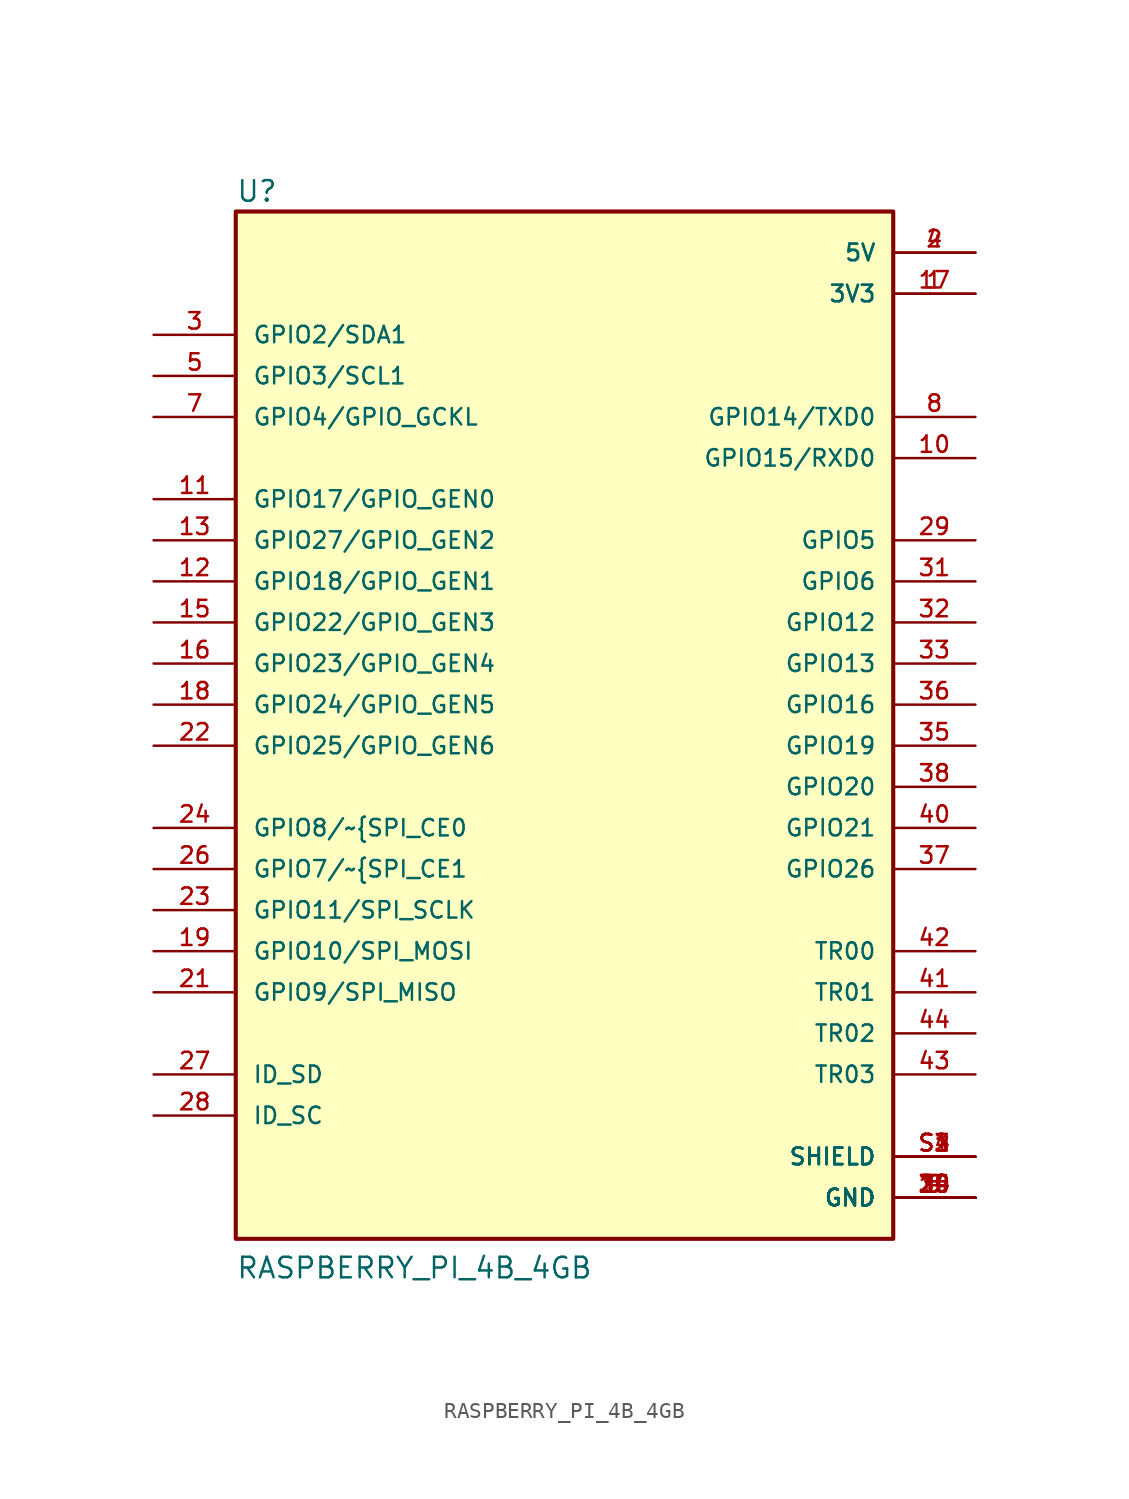
<source format=kicad_sym>
(kicad_symbol_lib
  (version 20211014)
  (generator kicad_symbol_editor)
  (symbol "RASPBERRY_PI_4B_4GB"
    (pin_names
      (offset 1.016))
    (property "Reference" "U"
      (at -20.32 33.528 0)
      (effects (font (size 1.27 1.27)) (justify bottom left)))
    (property "Value" "RASPBERRY_PI_4B_4GB"
      (at -20.32 -33.02 0)
      (effects (font (size 1.27 1.27)) (justify bottom left)))
    (symbol "RASPBERRY_PI_4B_4GB_0_0"
      (rectangle (start -20.32 -30.48) (end 20.32 33.02) (stroke (width 0.254)) (fill (type background)))
      (pin power_in line (at 25.4 30.48 180.0) (length 5.08) (name "5V" (effects (font (size 1.016 1.016)))) (number "2" (effects (font (size 1.016 1.016)))))
      (pin power_in line (at 25.4 30.48 180.0) (length 5.08) (name "5V" (effects (font (size 1.016 1.016)))) (number "4" (effects (font (size 1.016 1.016)))))
      (pin power_in line (at 25.4 27.94 180.0) (length 5.08) (name "3V3" (effects (font (size 1.016 1.016)))) (number "1" (effects (font (size 1.016 1.016)))))
      (pin power_in line (at 25.4 27.94 180.0) (length 5.08) (name "3V3" (effects (font (size 1.016 1.016)))) (number "17" (effects (font (size 1.016 1.016)))))
      (pin bidirectional line (at -25.4 25.4 0) (length 5.08) (name "GPIO2/SDA1" (effects (font (size 1.016 1.016)))) (number "3" (effects (font (size 1.016 1.016)))))
      (pin bidirectional line (at -25.4 22.86 0) (length 5.08) (name "GPIO3/SCL1" (effects (font (size 1.016 1.016)))) (number "5" (effects (font (size 1.016 1.016)))))
      (pin bidirectional line (at -25.4 20.32 0) (length 5.08) (name "GPIO4/GPIO_GCKL" (effects (font (size 1.016 1.016)))) (number "7" (effects (font (size 1.016 1.016)))))
      (pin bidirectional line (at 25.4 20.32 180.0) (length 5.08) (name "GPIO14/TXD0" (effects (font (size 1.016 1.016)))) (number "8" (effects (font (size 1.016 1.016)))))
      (pin power_in line (at 25.4 -27.94 180.0) (length 5.08) (name "GND" (effects (font (size 1.016 1.016)))) (number "6" (effects (font (size 1.016 1.016)))))
      (pin power_in line (at 25.4 -27.94 180.0) (length 5.08) (name "GND" (effects (font (size 1.016 1.016)))) (number "9" (effects (font (size 1.016 1.016)))))
      (pin power_in line (at 25.4 -27.94 180.0) (length 5.08) (name "GND" (effects (font (size 1.016 1.016)))) (number "14" (effects (font (size 1.016 1.016)))))
      (pin power_in line (at 25.4 -27.94 180.0) (length 5.08) (name "GND" (effects (font (size 1.016 1.016)))) (number "20" (effects (font (size 1.016 1.016)))))
      (pin power_in line (at 25.4 -27.94 180.0) (length 5.08) (name "GND" (effects (font (size 1.016 1.016)))) (number "25" (effects (font (size 1.016 1.016)))))
      (pin power_in line (at 25.4 -27.94 180.0) (length 5.08) (name "GND" (effects (font (size 1.016 1.016)))) (number "30" (effects (font (size 1.016 1.016)))))
      (pin power_in line (at 25.4 -27.94 180.0) (length 5.08) (name "GND" (effects (font (size 1.016 1.016)))) (number "34" (effects (font (size 1.016 1.016)))))
      (pin power_in line (at 25.4 -27.94 180.0) (length 5.08) (name "GND" (effects (font (size 1.016 1.016)))) (number "39" (effects (font (size 1.016 1.016)))))
      (pin bidirectional line (at 25.4 17.78 180.0) (length 5.08) (name "GPIO15/RXD0" (effects (font (size 1.016 1.016)))) (number "10" (effects (font (size 1.016 1.016)))))
      (pin bidirectional line (at -25.4 15.24 0) (length 5.08) (name "GPIO17/GPIO_GEN0" (effects (font (size 1.016 1.016)))) (number "11" (effects (font (size 1.016 1.016)))))
      (pin bidirectional line (at -25.4 10.16 0) (length 5.08) (name "GPIO18/GPIO_GEN1" (effects (font (size 1.016 1.016)))) (number "12" (effects (font (size 1.016 1.016)))))
      (pin bidirectional line (at -25.4 12.7 0) (length 5.08) (name "GPIO27/GPIO_GEN2" (effects (font (size 1.016 1.016)))) (number "13" (effects (font (size 1.016 1.016)))))
      (pin bidirectional line (at -25.4 7.62 0) (length 5.08) (name "GPIO22/GPIO_GEN3" (effects (font (size 1.016 1.016)))) (number "15" (effects (font (size 1.016 1.016)))))
      (pin bidirectional line (at -25.4 5.08 0) (length 5.08) (name "GPIO23/GPIO_GEN4" (effects (font (size 1.016 1.016)))) (number "16" (effects (font (size 1.016 1.016)))))
      (pin bidirectional line (at -25.4 2.54 0) (length 5.08) (name "GPIO24/GPIO_GEN5" (effects (font (size 1.016 1.016)))) (number "18" (effects (font (size 1.016 1.016)))))
      (pin bidirectional line (at -25.4 -12.7 0) (length 5.08) (name "GPIO10/SPI_MOSI" (effects (font (size 1.016 1.016)))) (number "19" (effects (font (size 1.016 1.016)))))
      (pin bidirectional line (at -25.4 -15.24 0) (length 5.08) (name "GPIO9/SPI_MISO" (effects (font (size 1.016 1.016)))) (number "21" (effects (font (size 1.016 1.016)))))
      (pin bidirectional line (at -25.4 0.0 0) (length 5.08) (name "GPIO25/GPIO_GEN6" (effects (font (size 1.016 1.016)))) (number "22" (effects (font (size 1.016 1.016)))))
      (pin bidirectional line (at -25.4 -10.16 0) (length 5.08) (name "GPIO11/SPI_SCLK" (effects (font (size 1.016 1.016)))) (number "23" (effects (font (size 1.016 1.016)))))
      (pin bidirectional line (at -25.4 -5.08 0) (length 5.08) (name "GPIO8/~{SPI_CE0~{}" (effects (font (size 1.016 1.016)))) (number "24" (effects (font (size 1.016 1.016)))))
      (pin bidirectional line (at -25.4 -7.62 0) (length 5.08) (name "GPIO7/~{SPI_CE1~{}" (effects (font (size 1.016 1.016)))) (number "26" (effects (font (size 1.016 1.016)))))
      (pin bidirectional line (at -25.4 -20.32 0) (length 5.08) (name "ID_SD" (effects (font (size 1.016 1.016)))) (number "27" (effects (font (size 1.016 1.016)))))
      (pin bidirectional line (at -25.4 -22.86 0) (length 5.08) (name "ID_SC" (effects (font (size 1.016 1.016)))) (number "28" (effects (font (size 1.016 1.016)))))
      (pin bidirectional line (at 25.4 12.7 180.0) (length 5.08) (name "GPIO5" (effects (font (size 1.016 1.016)))) (number "29" (effects (font (size 1.016 1.016)))))
      (pin bidirectional line (at 25.4 10.16 180.0) (length 5.08) (name "GPIO6" (effects (font (size 1.016 1.016)))) (number "31" (effects (font (size 1.016 1.016)))))
      (pin bidirectional line (at 25.4 7.62 180.0) (length 5.08) (name "GPIO12" (effects (font (size 1.016 1.016)))) (number "32" (effects (font (size 1.016 1.016)))))
      (pin bidirectional line (at 25.4 5.08 180.0) (length 5.08) (name "GPIO13" (effects (font (size 1.016 1.016)))) (number "33" (effects (font (size 1.016 1.016)))))
      (pin bidirectional line (at 25.4 0.0 180.0) (length 5.08) (name "GPIO19" (effects (font (size 1.016 1.016)))) (number "35" (effects (font (size 1.016 1.016)))))
      (pin bidirectional line (at 25.4 2.54 180.0) (length 5.08) (name "GPIO16" (effects (font (size 1.016 1.016)))) (number "36" (effects (font (size 1.016 1.016)))))
      (pin bidirectional line (at 25.4 -7.62 180.0) (length 5.08) (name "GPIO26" (effects (font (size 1.016 1.016)))) (number "37" (effects (font (size 1.016 1.016)))))
      (pin bidirectional line (at 25.4 -2.54 180.0) (length 5.08) (name "GPIO20" (effects (font (size 1.016 1.016)))) (number "38" (effects (font (size 1.016 1.016)))))
      (pin bidirectional line (at 25.4 -5.08 180.0) (length 5.08) (name "GPIO21" (effects (font (size 1.016 1.016)))) (number "40" (effects (font (size 1.016 1.016)))))
      (pin power_in line (at 25.4 -25.4 180.0) (length 5.08) (name "SHIELD" (effects (font (size 1.016 1.016)))) (number "S1" (effects (font (size 1.016 1.016)))))
      (pin power_in line (at 25.4 -25.4 180.0) (length 5.08) (name "SHIELD" (effects (font (size 1.016 1.016)))) (number "S2" (effects (font (size 1.016 1.016)))))
      (pin power_in line (at 25.4 -25.4 180.0) (length 5.08) (name "SHIELD" (effects (font (size 1.016 1.016)))) (number "S3" (effects (font (size 1.016 1.016)))))
      (pin power_in line (at 25.4 -25.4 180.0) (length 5.08) (name "SHIELD" (effects (font (size 1.016 1.016)))) (number "S4" (effects (font (size 1.016 1.016)))))
      (pin bidirectional line (at 25.4 -17.78 180.0) (length 5.08) (name "TR02" (effects (font (size 1.016 1.016)))) (number "44" (effects (font (size 1.016 1.016)))))
      (pin bidirectional line (at 25.4 -15.24 180.0) (length 5.08) (name "TR01" (effects (font (size 1.016 1.016)))) (number "41" (effects (font (size 1.016 1.016)))))
      (pin bidirectional line (at 25.4 -12.7 180.0) (length 5.08) (name "TR00" (effects (font (size 1.016 1.016)))) (number "42" (effects (font (size 1.016 1.016)))))
      (pin bidirectional line (at 25.4 -20.32 180.0) (length 5.08) (name "TR03" (effects (font (size 1.016 1.016)))) (number "43" (effects (font (size 1.016 1.016))))))))
</source>
